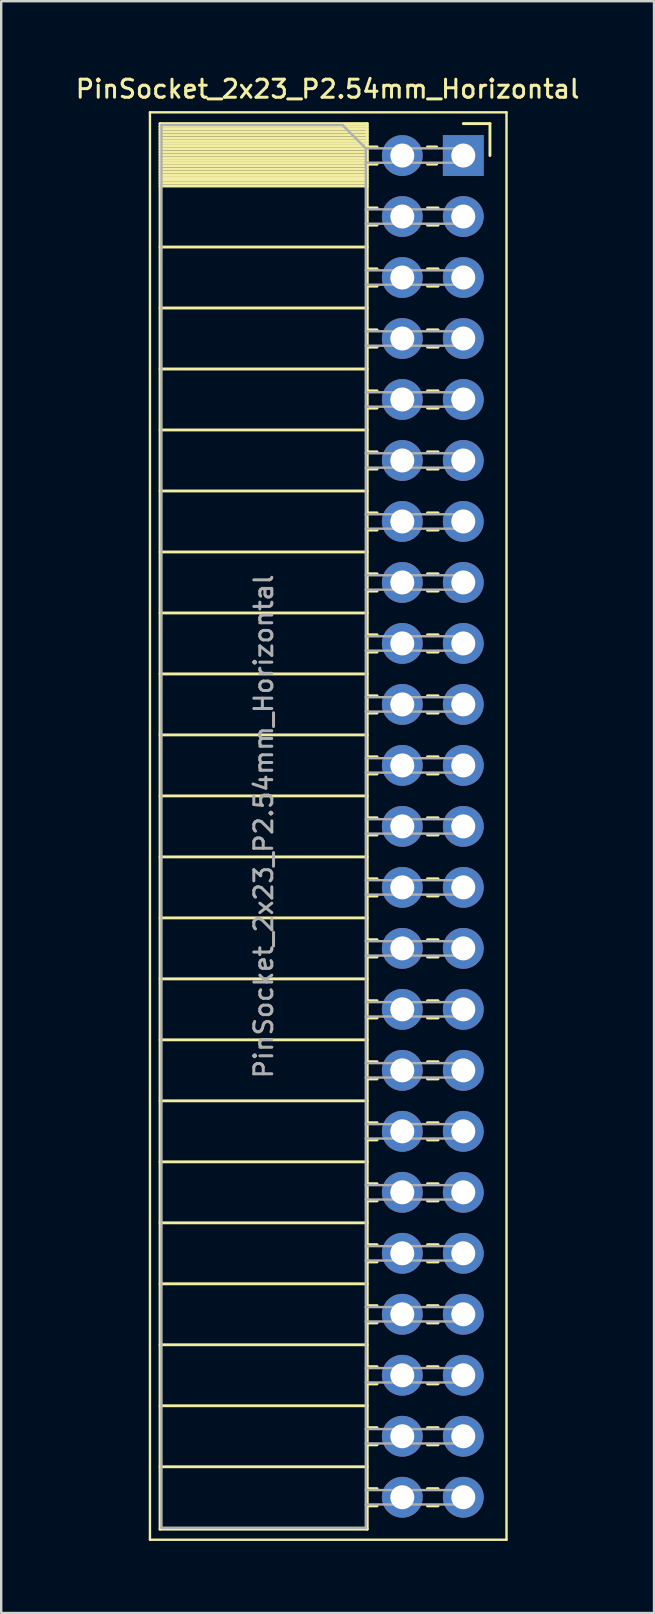
<source format=kicad_pcb>
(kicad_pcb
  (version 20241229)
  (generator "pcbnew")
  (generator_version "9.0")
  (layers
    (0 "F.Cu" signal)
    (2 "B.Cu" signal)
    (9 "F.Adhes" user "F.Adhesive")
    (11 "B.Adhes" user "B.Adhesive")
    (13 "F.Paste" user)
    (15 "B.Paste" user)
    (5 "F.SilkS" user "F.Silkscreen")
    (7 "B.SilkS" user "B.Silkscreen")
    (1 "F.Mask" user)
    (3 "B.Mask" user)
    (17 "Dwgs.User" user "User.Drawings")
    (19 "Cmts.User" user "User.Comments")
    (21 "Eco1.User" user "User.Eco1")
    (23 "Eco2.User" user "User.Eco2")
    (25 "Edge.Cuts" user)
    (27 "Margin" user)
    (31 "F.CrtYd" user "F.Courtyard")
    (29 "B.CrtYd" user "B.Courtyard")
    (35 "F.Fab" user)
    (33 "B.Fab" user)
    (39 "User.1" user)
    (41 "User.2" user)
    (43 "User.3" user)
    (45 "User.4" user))
  (footprint "PinSocket_2x23_P2.54mm_Horizontal"
    (layer "F.Cu")
    (at 16.245 3.428)
    (property "Reference" "PinSocket_2x23_P2.54mm_Horizontal" (at -5.65 -2.77 0) (layer "F.SilkS") (effects (font (size 0.75 0.75) (thickness 0.125))))
    (attr through_hole)
    (fp_line (start -13.05 -1.8) (end -13.05 57.65) (stroke (width 0.1) (type solid)) (layer "F.SilkS"))
    (fp_line (start -13.05 57.65) (end 1.8 57.65) (stroke (width 0.1) (type solid)) (layer "F.SilkS"))
    (fp_line (start -12.63 -1.33) (end -12.63 57.21) (stroke (width 0.12) (type solid)) (layer "F.SilkS"))
    (fp_line (start -12.63 -1.33) (end -4 -1.33) (stroke (width 0.12) (type solid)) (layer "F.SilkS"))
    (fp_line (start -12.63 -1.21) (end -4 -1.21) (stroke (width 0.12) (type solid)) (layer "F.SilkS"))
    (fp_line (start -12.63 -1.092) (end -4 -1.092) (stroke (width 0.12) (type solid)) (layer "F.SilkS"))
    (fp_line (start -12.63 -0.974) (end -4 -0.974) (stroke (width 0.12) (type solid)) (layer "F.SilkS"))
    (fp_line (start -12.63 -0.856) (end -4 -0.856) (stroke (width 0.12) (type solid)) (layer "F.SilkS"))
    (fp_line (start -12.63 -0.738) (end -4 -0.738) (stroke (width 0.12) (type solid)) (layer "F.SilkS"))
    (fp_line (start -12.63 -0.62) (end -4 -0.62) (stroke (width 0.12) (type solid)) (layer "F.SilkS"))
    (fp_line (start -12.63 -0.501) (end -4 -0.501) (stroke (width 0.12) (type solid)) (layer "F.SilkS"))
    (fp_line (start -12.63 -0.383) (end -4 -0.383) (stroke (width 0.12) (type solid)) (layer "F.SilkS"))
    (fp_line (start -12.63 -0.265) (end -4 -0.265) (stroke (width 0.12) (type solid)) (layer "F.SilkS"))
    (fp_line (start -12.63 -0.147) (end -4 -0.147) (stroke (width 0.12) (type solid)) (layer "F.SilkS"))
    (fp_line (start -12.63 -0.029) (end -4 -0.029) (stroke (width 0.12) (type solid)) (layer "F.SilkS"))
    (fp_line (start -12.63 0.089) (end -4 0.089) (stroke (width 0.12) (type solid)) (layer "F.SilkS"))
    (fp_line (start -12.63 0.207) (end -4 0.207) (stroke (width 0.12) (type solid)) (layer "F.SilkS"))
    (fp_line (start -12.63 0.325) (end -4 0.325) (stroke (width 0.12) (type solid)) (layer "F.SilkS"))
    (fp_line (start -12.63 0.443) (end -4 0.443) (stroke (width 0.12) (type solid)) (layer "F.SilkS"))
    (fp_line (start -12.63 0.561) (end -4 0.561) (stroke (width 0.12) (type solid)) (layer "F.SilkS"))
    (fp_line (start -12.63 0.68) (end -4 0.68) (stroke (width 0.12) (type solid)) (layer "F.SilkS"))
    (fp_line (start -12.63 0.798) (end -4 0.798) (stroke (width 0.12) (type solid)) (layer "F.SilkS"))
    (fp_line (start -12.63 0.916) (end -4 0.916) (stroke (width 0.12) (type solid)) (layer "F.SilkS"))
    (fp_line (start -12.63 1.034) (end -4 1.034) (stroke (width 0.12) (type solid)) (layer "F.SilkS"))
    (fp_line (start -12.63 1.152) (end -4 1.152) (stroke (width 0.12) (type solid)) (layer "F.SilkS"))
    (fp_line (start -12.63 1.27) (end -4 1.27) (stroke (width 0.12) (type solid)) (layer "F.SilkS"))
    (fp_line (start -12.63 3.81) (end -4 3.81) (stroke (width 0.12) (type solid)) (layer "F.SilkS"))
    (fp_line (start -12.63 6.35) (end -4 6.35) (stroke (width 0.12) (type solid)) (layer "F.SilkS"))
    (fp_line (start -12.63 8.89) (end -4 8.89) (stroke (width 0.12) (type solid)) (layer "F.SilkS"))
    (fp_line (start -12.63 11.43) (end -4 11.43) (stroke (width 0.12) (type solid)) (layer "F.SilkS"))
    (fp_line (start -12.63 13.97) (end -4 13.97) (stroke (width 0.12) (type solid)) (layer "F.SilkS"))
    (fp_line (start -12.63 16.51) (end -4 16.51) (stroke (width 0.12) (type solid)) (layer "F.SilkS"))
    (fp_line (start -12.63 19.05) (end -4 19.05) (stroke (width 0.12) (type solid)) (layer "F.SilkS"))
    (fp_line (start -12.63 21.59) (end -4 21.59) (stroke (width 0.12) (type solid)) (layer "F.SilkS"))
    (fp_line (start -12.63 24.13) (end -4 24.13) (stroke (width 0.12) (type solid)) (layer "F.SilkS"))
    (fp_line (start -12.63 26.67) (end -4 26.67) (stroke (width 0.12) (type solid)) (layer "F.SilkS"))
    (fp_line (start -12.63 29.21) (end -4 29.21) (stroke (width 0.12) (type solid)) (layer "F.SilkS"))
    (fp_line (start -12.63 31.75) (end -4 31.75) (stroke (width 0.12) (type solid)) (layer "F.SilkS"))
    (fp_line (start -12.63 34.29) (end -4 34.29) (stroke (width 0.12) (type solid)) (layer "F.SilkS"))
    (fp_line (start -12.63 36.83) (end -4 36.83) (stroke (width 0.12) (type solid)) (layer "F.SilkS"))
    (fp_line (start -12.63 39.37) (end -4 39.37) (stroke (width 0.12) (type solid)) (layer "F.SilkS"))
    (fp_line (start -12.63 41.91) (end -4 41.91) (stroke (width 0.12) (type solid)) (layer "F.SilkS"))
    (fp_line (start -12.63 44.45) (end -4 44.45) (stroke (width 0.12) (type solid)) (layer "F.SilkS"))
    (fp_line (start -12.63 46.99) (end -4 46.99) (stroke (width 0.12) (type solid)) (layer "F.SilkS"))
    (fp_line (start -12.63 49.53) (end -4 49.53) (stroke (width 0.12) (type solid)) (layer "F.SilkS"))
    (fp_line (start -12.63 52.07) (end -4 52.07) (stroke (width 0.12) (type solid)) (layer "F.SilkS"))
    (fp_line (start -12.63 54.61) (end -4 54.61) (stroke (width 0.12) (type solid)) (layer "F.SilkS"))
    (fp_line (start -12.63 57.21) (end -4 57.21) (stroke (width 0.12) (type solid)) (layer "F.SilkS"))
    (fp_line (start -4 -1.33) (end -4 57.21) (stroke (width 0.12) (type solid)) (layer "F.SilkS"))
    (fp_line (start -4 -0.36) (end -3.59 -0.36) (stroke (width 0.12) (type solid)) (layer "F.SilkS"))
    (fp_line (start -4 0.36) (end -3.59 0.36) (stroke (width 0.12) (type solid)) (layer "F.SilkS"))
    (fp_line (start -4 2.18) (end -3.59 2.18) (stroke (width 0.12) (type solid)) (layer "F.SilkS"))
    (fp_line (start -4 2.9) (end -3.59 2.9) (stroke (width 0.12) (type solid)) (layer "F.SilkS"))
    (fp_line (start -4 4.72) (end -3.59 4.72) (stroke (width 0.12) (type solid)) (layer "F.SilkS"))
    (fp_line (start -4 5.44) (end -3.59 5.44) (stroke (width 0.12) (type solid)) (layer "F.SilkS"))
    (fp_line (start -4 7.26) (end -3.59 7.26) (stroke (width 0.12) (type solid)) (layer "F.SilkS"))
    (fp_line (start -4 7.98) (end -3.59 7.98) (stroke (width 0.12) (type solid)) (layer "F.SilkS"))
    (fp_line (start -4 9.8) (end -3.59 9.8) (stroke (width 0.12) (type solid)) (layer "F.SilkS"))
    (fp_line (start -4 10.52) (end -3.59 10.52) (stroke (width 0.12) (type solid)) (layer "F.SilkS"))
    (fp_line (start -4 12.34) (end -3.59 12.34) (stroke (width 0.12) (type solid)) (layer "F.SilkS"))
    (fp_line (start -4 13.06) (end -3.59 13.06) (stroke (width 0.12) (type solid)) (layer "F.SilkS"))
    (fp_line (start -4 14.88) (end -3.59 14.88) (stroke (width 0.12) (type solid)) (layer "F.SilkS"))
    (fp_line (start -4 15.6) (end -3.59 15.6) (stroke (width 0.12) (type solid)) (layer "F.SilkS"))
    (fp_line (start -4 17.42) (end -3.59 17.42) (stroke (width 0.12) (type solid)) (layer "F.SilkS"))
    (fp_line (start -4 18.14) (end -3.59 18.14) (stroke (width 0.12) (type solid)) (layer "F.SilkS"))
    (fp_line (start -4 19.96) (end -3.59 19.96) (stroke (width 0.12) (type solid)) (layer "F.SilkS"))
    (fp_line (start -4 20.68) (end -3.59 20.68) (stroke (width 0.12) (type solid)) (layer "F.SilkS"))
    (fp_line (start -4 22.5) (end -3.59 22.5) (stroke (width 0.12) (type solid)) (layer "F.SilkS"))
    (fp_line (start -4 23.22) (end -3.59 23.22) (stroke (width 0.12) (type solid)) (layer "F.SilkS"))
    (fp_line (start -4 25.04) (end -3.59 25.04) (stroke (width 0.12) (type solid)) (layer "F.SilkS"))
    (fp_line (start -4 25.76) (end -3.59 25.76) (stroke (width 0.12) (type solid)) (layer "F.SilkS"))
    (fp_line (start -4 27.58) (end -3.59 27.58) (stroke (width 0.12) (type solid)) (layer "F.SilkS"))
    (fp_line (start -4 28.3) (end -3.59 28.3) (stroke (width 0.12) (type solid)) (layer "F.SilkS"))
    (fp_line (start -4 30.12) (end -3.59 30.12) (stroke (width 0.12) (type solid)) (layer "F.SilkS"))
    (fp_line (start -4 30.84) (end -3.59 30.84) (stroke (width 0.12) (type solid)) (layer "F.SilkS"))
    (fp_line (start -4 32.66) (end -3.59 32.66) (stroke (width 0.12) (type solid)) (layer "F.SilkS"))
    (fp_line (start -4 33.38) (end -3.59 33.38) (stroke (width 0.12) (type solid)) (layer "F.SilkS"))
    (fp_line (start -4 35.2) (end -3.59 35.2) (stroke (width 0.12) (type solid)) (layer "F.SilkS"))
    (fp_line (start -4 35.92) (end -3.59 35.92) (stroke (width 0.12) (type solid)) (layer "F.SilkS"))
    (fp_line (start -4 37.74) (end -3.59 37.74) (stroke (width 0.12) (type solid)) (layer "F.SilkS"))
    (fp_line (start -4 38.46) (end -3.59 38.46) (stroke (width 0.12) (type solid)) (layer "F.SilkS"))
    (fp_line (start -4 40.28) (end -3.59 40.28) (stroke (width 0.12) (type solid)) (layer "F.SilkS"))
    (fp_line (start -4 41) (end -3.59 41) (stroke (width 0.12) (type solid)) (layer "F.SilkS"))
    (fp_line (start -4 42.82) (end -3.59 42.82) (stroke (width 0.12) (type solid)) (layer "F.SilkS"))
    (fp_line (start -4 43.54) (end -3.59 43.54) (stroke (width 0.12) (type solid)) (layer "F.SilkS"))
    (fp_line (start -4 45.36) (end -3.59 45.36) (stroke (width 0.12) (type solid)) (layer "F.SilkS"))
    (fp_line (start -4 46.08) (end -3.59 46.08) (stroke (width 0.12) (type solid)) (layer "F.SilkS"))
    (fp_line (start -4 47.9) (end -3.59 47.9) (stroke (width 0.12) (type solid)) (layer "F.SilkS"))
    (fp_line (start -4 48.62) (end -3.59 48.62) (stroke (width 0.12) (type solid)) (layer "F.SilkS"))
    (fp_line (start -4 50.44) (end -3.59 50.44) (stroke (width 0.12) (type solid)) (layer "F.SilkS"))
    (fp_line (start -4 51.16) (end -3.59 51.16) (stroke (width 0.12) (type solid)) (layer "F.SilkS"))
    (fp_line (start -4 52.98) (end -3.59 52.98) (stroke (width 0.12) (type solid)) (layer "F.SilkS"))
    (fp_line (start -4 53.7) (end -3.59 53.7) (stroke (width 0.12) (type solid)) (layer "F.SilkS"))
    (fp_line (start -4 55.52) (end -3.59 55.52) (stroke (width 0.12) (type solid)) (layer "F.SilkS"))
    (fp_line (start -4 56.24) (end -3.59 56.24) (stroke (width 0.12) (type solid)) (layer "F.SilkS"))
    (fp_line (start -1.49 -0.36) (end -1.11 -0.36) (stroke (width 0.12) (type solid)) (layer "F.SilkS"))
    (fp_line (start -1.49 0.36) (end -1.11 0.36) (stroke (width 0.12) (type solid)) (layer "F.SilkS"))
    (fp_line (start -1.49 2.18) (end -1.05 2.18) (stroke (width 0.12) (type solid)) (layer "F.SilkS"))
    (fp_line (start -1.49 2.9) (end -1.05 2.9) (stroke (width 0.12) (type solid)) (layer "F.SilkS"))
    (fp_line (start -1.49 4.72) (end -1.05 4.72) (stroke (width 0.12) (type solid)) (layer "F.SilkS"))
    (fp_line (start -1.49 5.44) (end -1.05 5.44) (stroke (width 0.12) (type solid)) (layer "F.SilkS"))
    (fp_line (start -1.49 7.26) (end -1.05 7.26) (stroke (width 0.12) (type solid)) (layer "F.SilkS"))
    (fp_line (start -1.49 7.98) (end -1.05 7.98) (stroke (width 0.12) (type solid)) (layer "F.SilkS"))
    (fp_line (start -1.49 9.8) (end -1.05 9.8) (stroke (width 0.12) (type solid)) (layer "F.SilkS"))
    (fp_line (start -1.49 10.52) (end -1.05 10.52) (stroke (width 0.12) (type solid)) (layer "F.SilkS"))
    (fp_line (start -1.49 12.34) (end -1.05 12.34) (stroke (width 0.12) (type solid)) (layer "F.SilkS"))
    (fp_line (start -1.49 13.06) (end -1.05 13.06) (stroke (width 0.12) (type solid)) (layer "F.SilkS"))
    (fp_line (start -1.49 14.88) (end -1.05 14.88) (stroke (width 0.12) (type solid)) (layer "F.SilkS"))
    (fp_line (start -1.49 15.6) (end -1.05 15.6) (stroke (width 0.12) (type solid)) (layer "F.SilkS"))
    (fp_line (start -1.49 17.42) (end -1.05 17.42) (stroke (width 0.12) (type solid)) (layer "F.SilkS"))
    (fp_line (start -1.49 18.14) (end -1.05 18.14) (stroke (width 0.12) (type solid)) (layer "F.SilkS"))
    (fp_line (start -1.49 19.96) (end -1.05 19.96) (stroke (width 0.12) (type solid)) (layer "F.SilkS"))
    (fp_line (start -1.49 20.68) (end -1.05 20.68) (stroke (width 0.12) (type solid)) (layer "F.SilkS"))
    (fp_line (start -1.49 22.5) (end -1.05 22.5) (stroke (width 0.12) (type solid)) (layer "F.SilkS"))
    (fp_line (start -1.49 23.22) (end -1.05 23.22) (stroke (width 0.12) (type solid)) (layer "F.SilkS"))
    (fp_line (start -1.49 25.04) (end -1.05 25.04) (stroke (width 0.12) (type solid)) (layer "F.SilkS"))
    (fp_line (start -1.49 25.76) (end -1.05 25.76) (stroke (width 0.12) (type solid)) (layer "F.SilkS"))
    (fp_line (start -1.49 27.58) (end -1.05 27.58) (stroke (width 0.12) (type solid)) (layer "F.SilkS"))
    (fp_line (start -1.49 28.3) (end -1.05 28.3) (stroke (width 0.12) (type solid)) (layer "F.SilkS"))
    (fp_line (start -1.49 30.12) (end -1.05 30.12) (stroke (width 0.12) (type solid)) (layer "F.SilkS"))
    (fp_line (start -1.49 30.84) (end -1.05 30.84) (stroke (width 0.12) (type solid)) (layer "F.SilkS"))
    (fp_line (start -1.49 32.66) (end -1.05 32.66) (stroke (width 0.12) (type solid)) (layer "F.SilkS"))
    (fp_line (start -1.49 33.38) (end -1.05 33.38) (stroke (width 0.12) (type solid)) (layer "F.SilkS"))
    (fp_line (start -1.49 35.2) (end -1.05 35.2) (stroke (width 0.12) (type solid)) (layer "F.SilkS"))
    (fp_line (start -1.49 35.92) (end -1.05 35.92) (stroke (width 0.12) (type solid)) (layer "F.SilkS"))
    (fp_line (start -1.49 37.74) (end -1.05 37.74) (stroke (width 0.12) (type solid)) (layer "F.SilkS"))
    (fp_line (start -1.49 38.46) (end -1.05 38.46) (stroke (width 0.12) (type solid)) (layer "F.SilkS"))
    (fp_line (start -1.49 40.28) (end -1.05 40.28) (stroke (width 0.12) (type solid)) (layer "F.SilkS"))
    (fp_line (start -1.49 41) (end -1.05 41) (stroke (width 0.12) (type solid)) (layer "F.SilkS"))
    (fp_line (start -1.49 42.82) (end -1.05 42.82) (stroke (width 0.12) (type solid)) (layer "F.SilkS"))
    (fp_line (start -1.49 43.54) (end -1.05 43.54) (stroke (width 0.12) (type solid)) (layer "F.SilkS"))
    (fp_line (start -1.49 45.36) (end -1.05 45.36) (stroke (width 0.12) (type solid)) (layer "F.SilkS"))
    (fp_line (start -1.49 46.08) (end -1.05 46.08) (stroke (width 0.12) (type solid)) (layer "F.SilkS"))
    (fp_line (start -1.49 47.9) (end -1.05 47.9) (stroke (width 0.12) (type solid)) (layer "F.SilkS"))
    (fp_line (start -1.49 48.62) (end -1.05 48.62) (stroke (width 0.12) (type solid)) (layer "F.SilkS"))
    (fp_line (start -1.49 50.44) (end -1.05 50.44) (stroke (width 0.12) (type solid)) (layer "F.SilkS"))
    (fp_line (start -1.49 51.16) (end -1.05 51.16) (stroke (width 0.12) (type solid)) (layer "F.SilkS"))
    (fp_line (start -1.49 52.98) (end -1.05 52.98) (stroke (width 0.12) (type solid)) (layer "F.SilkS"))
    (fp_line (start -1.49 53.7) (end -1.05 53.7) (stroke (width 0.12) (type solid)) (layer "F.SilkS"))
    (fp_line (start -1.49 55.52) (end -1.05 55.52) (stroke (width 0.12) (type solid)) (layer "F.SilkS"))
    (fp_line (start -1.49 56.24) (end -1.05 56.24) (stroke (width 0.12) (type solid)) (layer "F.SilkS"))
    (fp_line (start 0 -1.33) (end 1.11 -1.33) (stroke (width 0.12) (type solid)) (layer "F.SilkS"))
    (fp_line (start 1.11 -1.33) (end 1.11 0) (stroke (width 0.12) (type solid)) (layer "F.SilkS"))
    (fp_line (start 1.8 -1.8) (end -13.05 -1.8) (stroke (width 0.1) (type solid)) (layer "F.SilkS"))
    (fp_line (start 1.8 57.65) (end 1.8 -1.8) (stroke (width 0.1) (type solid)) (layer "F.SilkS"))
    (fp_line (start -12.57 -1.27) (end -5.03 -1.27) (stroke (width 0.1) (type solid)) (layer "F.Fab"))
    (fp_line (start -12.57 57.15) (end -12.57 -1.27) (stroke (width 0.1) (type solid)) (layer "F.Fab"))
    (fp_line (start -5.03 -1.27) (end -4.06 -0.3) (stroke (width 0.1) (type solid)) (layer "F.Fab"))
    (fp_line (start -4.06 -0.3) (end -4.06 57.15) (stroke (width 0.1) (type solid)) (layer "F.Fab"))
    (fp_line (start -4.06 0.3) (end 0 0.3) (stroke (width 0.1) (type solid)) (layer "F.Fab"))
    (fp_line (start -4.06 2.84) (end 0 2.84) (stroke (width 0.1) (type solid)) (layer "F.Fab"))
    (fp_line (start -4.06 5.38) (end 0 5.38) (stroke (width 0.1) (type solid)) (layer "F.Fab"))
    (fp_line (start -4.06 7.92) (end 0 7.92) (stroke (width 0.1) (type solid)) (layer "F.Fab"))
    (fp_line (start -4.06 10.46) (end 0 10.46) (stroke (width 0.1) (type solid)) (layer "F.Fab"))
    (fp_line (start -4.06 13) (end 0 13) (stroke (width 0.1) (type solid)) (layer "F.Fab"))
    (fp_line (start -4.06 15.54) (end 0 15.54) (stroke (width 0.1) (type solid)) (layer "F.Fab"))
    (fp_line (start -4.06 18.08) (end 0 18.08) (stroke (width 0.1) (type solid)) (layer "F.Fab"))
    (fp_line (start -4.06 20.62) (end 0 20.62) (stroke (width 0.1) (type solid)) (layer "F.Fab"))
    (fp_line (start -4.06 23.16) (end 0 23.16) (stroke (width 0.1) (type solid)) (layer "F.Fab"))
    (fp_line (start -4.06 25.7) (end 0 25.7) (stroke (width 0.1) (type solid)) (layer "F.Fab"))
    (fp_line (start -4.06 28.24) (end 0 28.24) (stroke (width 0.1) (type solid)) (layer "F.Fab"))
    (fp_line (start -4.06 30.78) (end 0 30.78) (stroke (width 0.1) (type solid)) (layer "F.Fab"))
    (fp_line (start -4.06 33.32) (end 0 33.32) (stroke (width 0.1) (type solid)) (layer "F.Fab"))
    (fp_line (start -4.06 35.86) (end 0 35.86) (stroke (width 0.1) (type solid)) (layer "F.Fab"))
    (fp_line (start -4.06 38.4) (end 0 38.4) (stroke (width 0.1) (type solid)) (layer "F.Fab"))
    (fp_line (start -4.06 40.94) (end 0 40.94) (stroke (width 0.1) (type solid)) (layer "F.Fab"))
    (fp_line (start -4.06 43.48) (end 0 43.48) (stroke (width 0.1) (type solid)) (layer "F.Fab"))
    (fp_line (start -4.06 46.02) (end 0 46.02) (stroke (width 0.1) (type solid)) (layer "F.Fab"))
    (fp_line (start -4.06 48.56) (end 0 48.56) (stroke (width 0.1) (type solid)) (layer "F.Fab"))
    (fp_line (start -4.06 51.1) (end 0 51.1) (stroke (width 0.1) (type solid)) (layer "F.Fab"))
    (fp_line (start -4.06 53.64) (end 0 53.64) (stroke (width 0.1) (type solid)) (layer "F.Fab"))
    (fp_line (start -4.06 56.18) (end 0 56.18) (stroke (width 0.1) (type solid)) (layer "F.Fab"))
    (fp_line (start -4.06 57.15) (end -12.57 57.15) (stroke (width 0.1) (type solid)) (layer "F.Fab"))
    (fp_line (start 0 -0.3) (end -4.06 -0.3) (stroke (width 0.1) (type solid)) (layer "F.Fab"))
    (fp_line (start 0 0.3) (end 0 -0.3) (stroke (width 0.1) (type solid)) (layer "F.Fab"))
    (fp_line (start 0 2.24) (end -4.06 2.24) (stroke (width 0.1) (type solid)) (layer "F.Fab"))
    (fp_line (start 0 2.84) (end 0 2.24) (stroke (width 0.1) (type solid)) (layer "F.Fab"))
    (fp_line (start 0 4.78) (end -4.06 4.78) (stroke (width 0.1) (type solid)) (layer "F.Fab"))
    (fp_line (start 0 5.38) (end 0 4.78) (stroke (width 0.1) (type solid)) (layer "F.Fab"))
    (fp_line (start 0 7.32) (end -4.06 7.32) (stroke (width 0.1) (type solid)) (layer "F.Fab"))
    (fp_line (start 0 7.92) (end 0 7.32) (stroke (width 0.1) (type solid)) (layer "F.Fab"))
    (fp_line (start 0 9.86) (end -4.06 9.86) (stroke (width 0.1) (type solid)) (layer "F.Fab"))
    (fp_line (start 0 10.46) (end 0 9.86) (stroke (width 0.1) (type solid)) (layer "F.Fab"))
    (fp_line (start 0 12.4) (end -4.06 12.4) (stroke (width 0.1) (type solid)) (layer "F.Fab"))
    (fp_line (start 0 13) (end 0 12.4) (stroke (width 0.1) (type solid)) (layer "F.Fab"))
    (fp_line (start 0 14.94) (end -4.06 14.94) (stroke (width 0.1) (type solid)) (layer "F.Fab"))
    (fp_line (start 0 15.54) (end 0 14.94) (stroke (width 0.1) (type solid)) (layer "F.Fab"))
    (fp_line (start 0 17.48) (end -4.06 17.48) (stroke (width 0.1) (type solid)) (layer "F.Fab"))
    (fp_line (start 0 18.08) (end 0 17.48) (stroke (width 0.1) (type solid)) (layer "F.Fab"))
    (fp_line (start 0 20.02) (end -4.06 20.02) (stroke (width 0.1) (type solid)) (layer "F.Fab"))
    (fp_line (start 0 20.62) (end 0 20.02) (stroke (width 0.1) (type solid)) (layer "F.Fab"))
    (fp_line (start 0 22.56) (end -4.06 22.56) (stroke (width 0.1) (type solid)) (layer "F.Fab"))
    (fp_line (start 0 23.16) (end 0 22.56) (stroke (width 0.1) (type solid)) (layer "F.Fab"))
    (fp_line (start 0 25.1) (end -4.06 25.1) (stroke (width 0.1) (type solid)) (layer "F.Fab"))
    (fp_line (start 0 25.7) (end 0 25.1) (stroke (width 0.1) (type solid)) (layer "F.Fab"))
    (fp_line (start 0 27.64) (end -4.06 27.64) (stroke (width 0.1) (type solid)) (layer "F.Fab"))
    (fp_line (start 0 28.24) (end 0 27.64) (stroke (width 0.1) (type solid)) (layer "F.Fab"))
    (fp_line (start 0 30.18) (end -4.06 30.18) (stroke (width 0.1) (type solid)) (layer "F.Fab"))
    (fp_line (start 0 30.78) (end 0 30.18) (stroke (width 0.1) (type solid)) (layer "F.Fab"))
    (fp_line (start 0 32.72) (end -4.06 32.72) (stroke (width 0.1) (type solid)) (layer "F.Fab"))
    (fp_line (start 0 33.32) (end 0 32.72) (stroke (width 0.1) (type solid)) (layer "F.Fab"))
    (fp_line (start 0 35.26) (end -4.06 35.26) (stroke (width 0.1) (type solid)) (layer "F.Fab"))
    (fp_line (start 0 35.86) (end 0 35.26) (stroke (width 0.1) (type solid)) (layer "F.Fab"))
    (fp_line (start 0 37.8) (end -4.06 37.8) (stroke (width 0.1) (type solid)) (layer "F.Fab"))
    (fp_line (start 0 38.4) (end 0 37.8) (stroke (width 0.1) (type solid)) (layer "F.Fab"))
    (fp_line (start 0 40.34) (end -4.06 40.34) (stroke (width 0.1) (type solid)) (layer "F.Fab"))
    (fp_line (start 0 40.94) (end 0 40.34) (stroke (width 0.1) (type solid)) (layer "F.Fab"))
    (fp_line (start 0 42.88) (end -4.06 42.88) (stroke (width 0.1) (type solid)) (layer "F.Fab"))
    (fp_line (start 0 43.48) (end 0 42.88) (stroke (width 0.1) (type solid)) (layer "F.Fab"))
    (fp_line (start 0 45.42) (end -4.06 45.42) (stroke (width 0.1) (type solid)) (layer "F.Fab"))
    (fp_line (start 0 46.02) (end 0 45.42) (stroke (width 0.1) (type solid)) (layer "F.Fab"))
    (fp_line (start 0 47.96) (end -4.06 47.96) (stroke (width 0.1) (type solid)) (layer "F.Fab"))
    (fp_line (start 0 48.56) (end 0 47.96) (stroke (width 0.1) (type solid)) (layer "F.Fab"))
    (fp_line (start 0 50.5) (end -4.06 50.5) (stroke (width 0.1) (type solid)) (layer "F.Fab"))
    (fp_line (start 0 51.1) (end 0 50.5) (stroke (width 0.1) (type solid)) (layer "F.Fab"))
    (fp_line (start 0 53.04) (end -4.06 53.04) (stroke (width 0.1) (type solid)) (layer "F.Fab"))
    (fp_line (start 0 53.64) (end 0 53.04) (stroke (width 0.1) (type solid)) (layer "F.Fab"))
    (fp_line (start 0 55.58) (end -4.06 55.58) (stroke (width 0.1) (type solid)) (layer "F.Fab"))
    (fp_line (start 0 56.18) (end 0 55.58) (stroke (width 0.1) (type solid)) (layer "F.Fab"))
    (fp_text user "${REFERENCE}" (at -8.315 27.94 90) (layer "F.Fab") (effects (font (size 0.75 0.75) (thickness 0.125))))
    (pad "1" thru_hole rect (at 0 0) (size 1.7 1.7) (drill 1) (layers "*.Cu" "*.Mask"))
    (pad "2" thru_hole oval (at -2.54 0) (size 1.7 1.7) (drill 1) (layers "*.Cu" "*.Mask"))
    (pad "3" thru_hole oval (at 0 2.54) (size 1.7 1.7) (drill 1) (layers "*.Cu" "*.Mask"))
    (pad "4" thru_hole oval (at -2.54 2.54) (size 1.7 1.7) (drill 1) (layers "*.Cu" "*.Mask"))
    (pad "5" thru_hole oval (at 0 5.08) (size 1.7 1.7) (drill 1) (layers "*.Cu" "*.Mask"))
    (pad "6" thru_hole oval (at -2.54 5.08) (size 1.7 1.7) (drill 1) (layers "*.Cu" "*.Mask"))
    (pad "7" thru_hole oval (at 0 7.62) (size 1.7 1.7) (drill 1) (layers "*.Cu" "*.Mask"))
    (pad "8" thru_hole oval (at -2.54 7.62) (size 1.7 1.7) (drill 1) (layers "*.Cu" "*.Mask"))
    (pad "9" thru_hole oval (at 0 10.16) (size 1.7 1.7) (drill 1) (layers "*.Cu" "*.Mask"))
    (pad "10" thru_hole oval (at -2.54 10.16) (size 1.7 1.7) (drill 1) (layers "*.Cu" "*.Mask"))
    (pad "11" thru_hole oval (at 0 12.7) (size 1.7 1.7) (drill 1) (layers "*.Cu" "*.Mask"))
    (pad "12" thru_hole oval (at -2.54 12.7) (size 1.7 1.7) (drill 1) (layers "*.Cu" "*.Mask"))
    (pad "13" thru_hole oval (at 0 15.24) (size 1.7 1.7) (drill 1) (layers "*.Cu" "*.Mask"))
    (pad "14" thru_hole oval (at -2.54 15.24) (size 1.7 1.7) (drill 1) (layers "*.Cu" "*.Mask"))
    (pad "15" thru_hole oval (at 0 17.78) (size 1.7 1.7) (drill 1) (layers "*.Cu" "*.Mask"))
    (pad "16" thru_hole oval (at -2.54 17.78) (size 1.7 1.7) (drill 1) (layers "*.Cu" "*.Mask"))
    (pad "17" thru_hole oval (at 0 20.32) (size 1.7 1.7) (drill 1) (layers "*.Cu" "*.Mask"))
    (pad "18" thru_hole oval (at -2.54 20.32) (size 1.7 1.7) (drill 1) (layers "*.Cu" "*.Mask"))
    (pad "19" thru_hole oval (at 0 22.86) (size 1.7 1.7) (drill 1) (layers "*.Cu" "*.Mask"))
    (pad "20" thru_hole oval (at -2.54 22.86) (size 1.7 1.7) (drill 1) (layers "*.Cu" "*.Mask"))
    (pad "21" thru_hole oval (at 0 25.4) (size 1.7 1.7) (drill 1) (layers "*.Cu" "*.Mask"))
    (pad "22" thru_hole oval (at -2.54 25.4) (size 1.7 1.7) (drill 1) (layers "*.Cu" "*.Mask"))
    (pad "23" thru_hole oval (at 0 27.94) (size 1.7 1.7) (drill 1) (layers "*.Cu" "*.Mask"))
    (pad "24" thru_hole oval (at -2.54 27.94) (size 1.7 1.7) (drill 1) (layers "*.Cu" "*.Mask"))
    (pad "25" thru_hole oval (at 0 30.48) (size 1.7 1.7) (drill 1) (layers "*.Cu" "*.Mask"))
    (pad "26" thru_hole oval (at -2.54 30.48) (size 1.7 1.7) (drill 1) (layers "*.Cu" "*.Mask"))
    (pad "27" thru_hole oval (at 0 33.02) (size 1.7 1.7) (drill 1) (layers "*.Cu" "*.Mask"))
    (pad "28" thru_hole oval (at -2.54 33.02) (size 1.7 1.7) (drill 1) (layers "*.Cu" "*.Mask"))
    (pad "29" thru_hole oval (at 0 35.56) (size 1.7 1.7) (drill 1) (layers "*.Cu" "*.Mask"))
    (pad "30" thru_hole oval (at -2.54 35.56) (size 1.7 1.7) (drill 1) (layers "*.Cu" "*.Mask"))
    (pad "31" thru_hole oval (at 0 38.1) (size 1.7 1.7) (drill 1) (layers "*.Cu" "*.Mask"))
    (pad "32" thru_hole oval (at -2.54 38.1) (size 1.7 1.7) (drill 1) (layers "*.Cu" "*.Mask"))
    (pad "33" thru_hole oval (at 0 40.64) (size 1.7 1.7) (drill 1) (layers "*.Cu" "*.Mask"))
    (pad "34" thru_hole oval (at -2.54 40.64) (size 1.7 1.7) (drill 1) (layers "*.Cu" "*.Mask"))
    (pad "35" thru_hole oval (at 0 43.18) (size 1.7 1.7) (drill 1) (layers "*.Cu" "*.Mask"))
    (pad "36" thru_hole oval (at -2.54 43.18) (size 1.7 1.7) (drill 1) (layers "*.Cu" "*.Mask"))
    (pad "37" thru_hole oval (at 0 45.72) (size 1.7 1.7) (drill 1) (layers "*.Cu" "*.Mask"))
    (pad "38" thru_hole oval (at -2.54 45.72) (size 1.7 1.7) (drill 1) (layers "*.Cu" "*.Mask"))
    (pad "39" thru_hole oval (at 0 48.26) (size 1.7 1.7) (drill 1) (layers "*.Cu" "*.Mask"))
    (pad "40" thru_hole oval (at -2.54 48.26) (size 1.7 1.7) (drill 1) (layers "*.Cu" "*.Mask"))
    (pad "41" thru_hole oval (at 0 50.8) (size 1.7 1.7) (drill 1) (layers "*.Cu" "*.Mask"))
    (pad "42" thru_hole oval (at -2.54 50.8) (size 1.7 1.7) (drill 1) (layers "*.Cu" "*.Mask"))
    (pad "43" thru_hole oval (at 0 53.34) (size 1.7 1.7) (drill 1) (layers "*.Cu" "*.Mask"))
    (pad "44" thru_hole oval (at -2.54 53.34) (size 1.7 1.7) (drill 1) (layers "*.Cu" "*.Mask"))
    (pad "45" thru_hole oval (at 0 55.88) (size 1.7 1.7) (drill 1) (layers "*.Cu" "*.Mask"))
    (pad "46" thru_hole oval (at -2.54 55.88) (size 1.7 1.7) (drill 1) (layers "*.Cu" "*.Mask")))
  (gr_rect
    (start -3 -3)
    (end 24.189 64.128)
    (stroke (width 0.1) (type default))
    (fill no)
    (layer "Edge.Cuts")))
</source>
